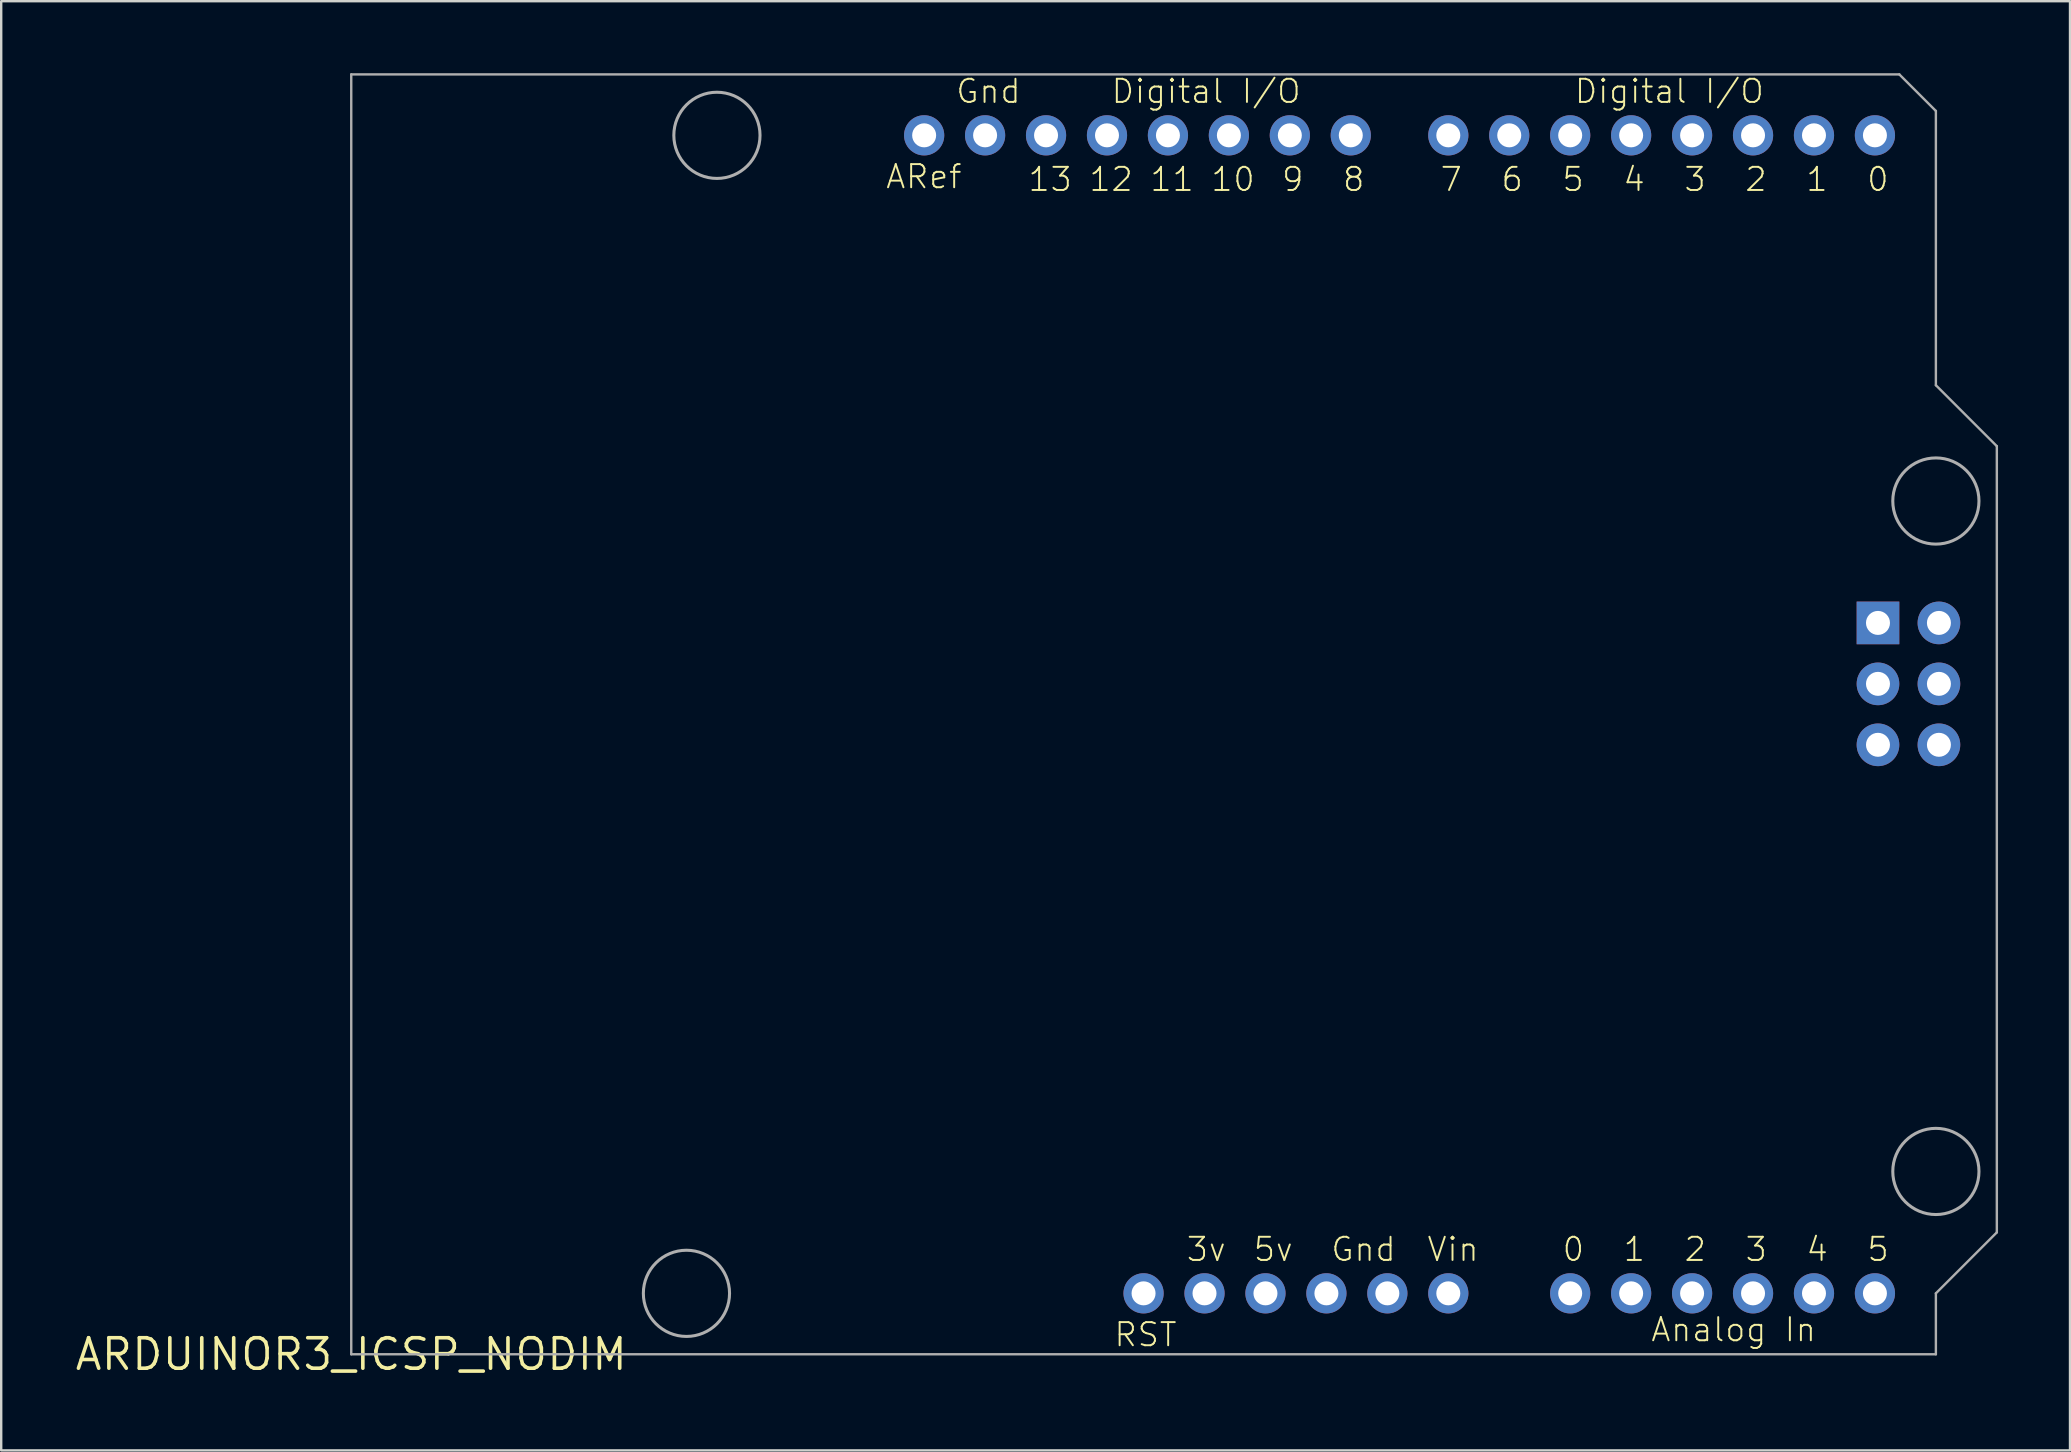
<source format=kicad_pcb>
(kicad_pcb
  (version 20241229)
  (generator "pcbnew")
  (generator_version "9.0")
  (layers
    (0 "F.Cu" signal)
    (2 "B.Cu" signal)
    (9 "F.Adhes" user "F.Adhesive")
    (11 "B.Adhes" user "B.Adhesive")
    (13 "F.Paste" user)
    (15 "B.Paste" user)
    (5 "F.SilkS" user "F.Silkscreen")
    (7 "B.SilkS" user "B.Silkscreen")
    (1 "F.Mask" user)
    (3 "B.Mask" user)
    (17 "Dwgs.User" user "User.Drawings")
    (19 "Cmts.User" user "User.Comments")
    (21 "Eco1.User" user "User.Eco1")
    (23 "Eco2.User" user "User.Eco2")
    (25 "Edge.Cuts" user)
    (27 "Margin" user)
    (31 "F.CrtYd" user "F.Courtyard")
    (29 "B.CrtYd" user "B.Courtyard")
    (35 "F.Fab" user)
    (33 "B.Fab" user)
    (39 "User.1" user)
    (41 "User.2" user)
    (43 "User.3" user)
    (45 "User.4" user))
  (footprint "ARDUINOR3_ICSP_NODIM"
    (layer "F.Cu")
    (at 11.588 53.39)
    (property "Reference" "ARDUINOR3_ICSP_NODIM" (at 0 0 0) (layer "F.SilkS") (effects (font (size 1.27 1.27) (thickness 0.15))))
    (attr through_hole)
    (fp_line (start 0 -53.34) (end 0 0) (stroke (width 0.1) (type solid)) (layer "F.Fab"))
    (fp_line (start 0 0) (end 66.04 0) (stroke (width 0.1) (type solid)) (layer "F.Fab"))
    (fp_line (start 64.516 -53.34) (end 0 -53.34) (stroke (width 0.1) (type solid)) (layer "F.Fab"))
    (fp_line (start 66.04 -51.816) (end 64.516 -53.34) (stroke (width 0.1) (type solid)) (layer "F.Fab"))
    (fp_line (start 66.04 -40.386) (end 66.04 -51.816) (stroke (width 0.1) (type solid)) (layer "F.Fab"))
    (fp_line (start 66.04 -2.54) (end 68.58 -5.08) (stroke (width 0.1) (type solid)) (layer "F.Fab"))
    (fp_line (start 66.04 0) (end 66.04 -2.54) (stroke (width 0.1) (type solid)) (layer "F.Fab"))
    (fp_line (start 68.58 -37.846) (end 66.04 -40.386) (stroke (width 0.1) (type solid)) (layer "F.Fab"))
    (fp_line (start 68.58 -5.08) (end 68.58 -37.846) (stroke (width 0.1) (type solid)) (layer "F.Fab"))
    (fp_circle (center 13.97 -2.54) (end 15.766 -2.54) (stroke (width 0.127) (type solid)) (fill no) (layer "F.Fab"))
    (fp_circle (center 15.24 -50.8) (end 17.036 -50.8) (stroke (width 0.127) (type solid)) (fill no) (layer "F.Fab"))
    (fp_circle (center 66.04 -35.56) (end 67.836 -35.56) (stroke (width 0.127) (type solid)) (fill no) (layer "F.Fab"))
    (fp_circle (center 66.04 -7.62) (end 67.836 -7.62) (stroke (width 0.127) (type solid)) (fill no) (layer "F.Fab"))
    (fp_text user "4" (at 60.579 -3.81 0) (layer "F.SilkS") (effects (font (size 0.965 0.965) (thickness 0.081)) (justify left bottom)))
    (fp_text user "8" (at 42.291 -49.53 0) (layer "F.SilkS") (effects (font (size 0.965 0.965) (thickness 0.081)) (justify right top)))
    (fp_text user "13" (at 30.099 -49.53 0) (layer "F.SilkS") (effects (font (size 0.965 0.965) (thickness 0.081)) (justify right top)))
    (fp_text user "Digital I/O" (at 50.927 -52.07 0) (layer "F.SilkS") (effects (font (size 0.965 0.965) (thickness 0.081)) (justify left bottom)))
    (fp_text user "3v" (at 34.752 -3.81 0) (layer "F.SilkS") (effects (font (size 0.965 0.965) (thickness 0.081)) (justify left bottom)))
    (fp_text user "4" (at 53.975 -49.53 0) (layer "F.SilkS") (effects (font (size 0.965 0.965) (thickness 0.081)) (justify right top)))
    (fp_text user "RST" (at 31.74 -0.254 0) (layer "F.SilkS") (effects (font (size 0.965 0.965) (thickness 0.081)) (justify left bottom)))
    (fp_text user "Gnd" (at 25.146 -52.07 0) (layer "F.SilkS") (effects (font (size 0.965 0.965) (thickness 0.081)) (justify left bottom)))
    (fp_text user "1" (at 61.595 -49.53 0) (layer "F.SilkS") (effects (font (size 0.965 0.965) (thickness 0.081)) (justify right top)))
    (fp_text user "12" (at 32.639 -49.53 0) (layer "F.SilkS") (effects (font (size 0.965 0.965) (thickness 0.081)) (justify right top)))
    (fp_text user "Vin" (at 44.785 -3.81 0) (layer "F.SilkS") (effects (font (size 0.965 0.965) (thickness 0.081)) (justify left bottom)))
    (fp_text user "2" (at 59.055 -49.53 0) (layer "F.SilkS") (effects (font (size 0.965 0.965) (thickness 0.081)) (justify right top)))
    (fp_text user "3" (at 58.039 -3.81 0) (layer "F.SilkS") (effects (font (size 0.965 0.965) (thickness 0.081)) (justify left bottom)))
    (fp_text user "Gnd" (at 40.777 -3.81 0) (layer "F.SilkS") (effects (font (size 0.965 0.965) (thickness 0.081)) (justify left bottom)))
    (fp_text user "ARef" (at 22.225 -48.514 0) (layer "F.SilkS") (effects (font (size 0.965 0.965) (thickness 0.081)) (justify left bottom)))
    (fp_text user "5" (at 51.435 -49.53 0) (layer "F.SilkS") (effects (font (size 0.965 0.965) (thickness 0.081)) (justify right top)))
    (fp_text user "0" (at 64.135 -49.53 0) (layer "F.SilkS") (effects (font (size 0.965 0.965) (thickness 0.081)) (justify right top)))
    (fp_text user "10" (at 37.719 -49.53 0) (layer "F.SilkS") (effects (font (size 0.965 0.965) (thickness 0.081)) (justify right top)))
    (fp_text user "5" (at 63.119 -3.81 0) (layer "F.SilkS") (effects (font (size 0.965 0.965) (thickness 0.081)) (justify left bottom)))
    (fp_text user "11" (at 35.179 -49.53 0) (layer "F.SilkS") (effects (font (size 0.965 0.965) (thickness 0.081)) (justify right top)))
    (fp_text user "3" (at 56.515 -49.53 0) (layer "F.SilkS") (effects (font (size 0.965 0.965) (thickness 0.081)) (justify right top)))
    (fp_text user "0" (at 50.419 -3.81 0) (layer "F.SilkS") (effects (font (size 0.965 0.965) (thickness 0.081)) (justify left bottom)))
    (fp_text user "5v" (at 37.546 -3.81 0) (layer "F.SilkS") (effects (font (size 0.965 0.965) (thickness 0.081)) (justify left bottom)))
    (fp_text user "Analog In" (at 54.112 -0.462 0) (layer "F.SilkS") (effects (font (size 0.965 0.965) (thickness 0.081)) (justify left bottom)))
    (fp_text user "6" (at 48.895 -49.53 0) (layer "F.SilkS") (effects (font (size 0.965 0.965) (thickness 0.081)) (justify right top)))
    (fp_text user "9" (at 39.751 -49.53 0) (layer "F.SilkS") (effects (font (size 0.965 0.965) (thickness 0.081)) (justify right top)))
    (fp_text user "7" (at 46.355 -49.53 0) (layer "F.SilkS") (effects (font (size 0.965 0.965) (thickness 0.081)) (justify right top)))
    (fp_text user "Digital I/O" (at 31.623 -52.07 0) (layer "F.SilkS") (effects (font (size 0.965 0.965) (thickness 0.081)) (justify left bottom)))
    (fp_text user "1" (at 52.959 -3.81 0) (layer "F.SilkS") (effects (font (size 0.965 0.965) (thickness 0.081)) (justify left bottom)))
    (fp_text user "2" (at 55.499 -3.81 0) (layer "F.SilkS") (effects (font (size 0.965 0.965) (thickness 0.081)) (justify left bottom)))
    (pad "3V" thru_hole circle (at 35.56 -2.54) (size 1.676 1.676) (drill 1) (layers "*.Cu" "*.Mask"))
    (pad "5V" thru_hole circle (at 38.1 -2.54) (size 1.676 1.676) (drill 1) (layers "*.Cu" "*.Mask"))
    (pad "5V_ICSP" thru_hole circle (at 66.167 -30.48) (size 1.778 1.778) (drill 1) (layers "*.Cu" "*.Mask"))
    (pad "A0" thru_hole circle (at 50.8 -2.54) (size 1.676 1.676) (drill 1) (layers "*.Cu" "*.Mask"))
    (pad "A1" thru_hole circle (at 53.34 -2.54) (size 1.676 1.676) (drill 1) (layers "*.Cu" "*.Mask"))
    (pad "A2" thru_hole circle (at 55.88 -2.54) (size 1.676 1.676) (drill 1) (layers "*.Cu" "*.Mask"))
    (pad "A3" thru_hole circle (at 58.42 -2.54) (size 1.676 1.676) (drill 1) (layers "*.Cu" "*.Mask"))
    (pad "A4" thru_hole circle (at 60.96 -2.54) (size 1.676 1.676) (drill 1) (layers "*.Cu" "*.Mask"))
    (pad "A5" thru_hole circle (at 63.5 -2.54) (size 1.676 1.676) (drill 1) (layers "*.Cu" "*.Mask"))
    (pad "AREF" thru_hole circle (at 23.876 -50.8) (size 1.676 1.676) (drill 1) (layers "*.Cu" "*.Mask"))
    (pad "D0" thru_hole circle (at 63.5 -50.8) (size 1.676 1.676) (drill 1) (layers "*.Cu" "*.Mask"))
    (pad "D1" thru_hole circle (at 60.96 -50.8) (size 1.676 1.676) (drill 1) (layers "*.Cu" "*.Mask"))
    (pad "D2" thru_hole circle (at 58.42 -50.8) (size 1.676 1.676) (drill 1) (layers "*.Cu" "*.Mask"))
    (pad "D3" thru_hole circle (at 55.88 -50.8) (size 1.676 1.676) (drill 1) (layers "*.Cu" "*.Mask"))
    (pad "D4" thru_hole circle (at 53.34 -50.8) (size 1.676 1.676) (drill 1) (layers "*.Cu" "*.Mask"))
    (pad "D5" thru_hole circle (at 50.8 -50.8) (size 1.676 1.676) (drill 1) (layers "*.Cu" "*.Mask"))
    (pad "D6" thru_hole circle (at 48.26 -50.8) (size 1.676 1.676) (drill 1) (layers "*.Cu" "*.Mask"))
    (pad "D7" thru_hole circle (at 45.72 -50.8) (size 1.676 1.676) (drill 1) (layers "*.Cu" "*.Mask"))
    (pad "D8" thru_hole circle (at 41.656 -50.8) (size 1.676 1.676) (drill 1) (layers "*.Cu" "*.Mask"))
    (pad "D9" thru_hole circle (at 39.116 -50.8) (size 1.676 1.676) (drill 1) (layers "*.Cu" "*.Mask"))
    (pad "D10" thru_hole circle (at 36.576 -50.8) (size 1.676 1.676) (drill 1) (layers "*.Cu" "*.Mask"))
    (pad "D11" thru_hole circle (at 34.036 -50.8) (size 1.676 1.676) (drill 1) (layers "*.Cu" "*.Mask"))
    (pad "D12" thru_hole circle (at 31.496 -50.8) (size 1.676 1.676) (drill 1) (layers "*.Cu" "*.Mask"))
    (pad "D13" thru_hole circle (at 28.956 -50.8) (size 1.676 1.676) (drill 1) (layers "*.Cu" "*.Mask"))
    (pad "GND" thru_hole circle (at 26.416 -50.8) (size 1.676 1.676) (drill 1) (layers "*.Cu" "*.Mask"))
    (pad "GND@1" thru_hole circle (at 43.18 -2.54) (size 1.676 1.676) (drill 1) (layers "*.Cu" "*.Mask"))
    (pad "GND@2" thru_hole circle (at 40.64 -2.54) (size 1.676 1.676) (drill 1) (layers "*.Cu" "*.Mask"))
    (pad "GND@3" thru_hole circle (at 66.167 -25.4) (size 1.778 1.778) (drill 1) (layers "*.Cu" "*.Mask"))
    (pad "MISO" thru_hole rect (at 63.627 -30.48) (size 1.778 1.778) (drill 1) (layers "*.Cu" "*.Mask"))
    (pad "MOSI" thru_hole circle (at 66.167 -27.94) (size 1.778 1.778) (drill 1) (layers "*.Cu" "*.Mask"))
    (pad "RESET" thru_hole circle (at 33.02 -2.54) (size 1.676 1.676) (drill 1) (layers "*.Cu" "*.Mask"))
    (pad "RESET_ICSP" thru_hole circle (at 63.627 -25.4) (size 1.778 1.778) (drill 1) (layers "*.Cu" "*.Mask"))
    (pad "SCK" thru_hole circle (at 63.627 -27.94) (size 1.778 1.778) (drill 1) (layers "*.Cu" "*.Mask"))
    (pad "VIN" thru_hole circle (at 45.72 -2.54) (size 1.676 1.676) (drill 1) (layers "*.Cu" "*.Mask")))
  (gr_rect
    (start -3 -3)
    (end 83.218 57.396)
    (stroke (width 0.1) (type default))
    (fill no)
    (layer "Edge.Cuts")))
</source>
